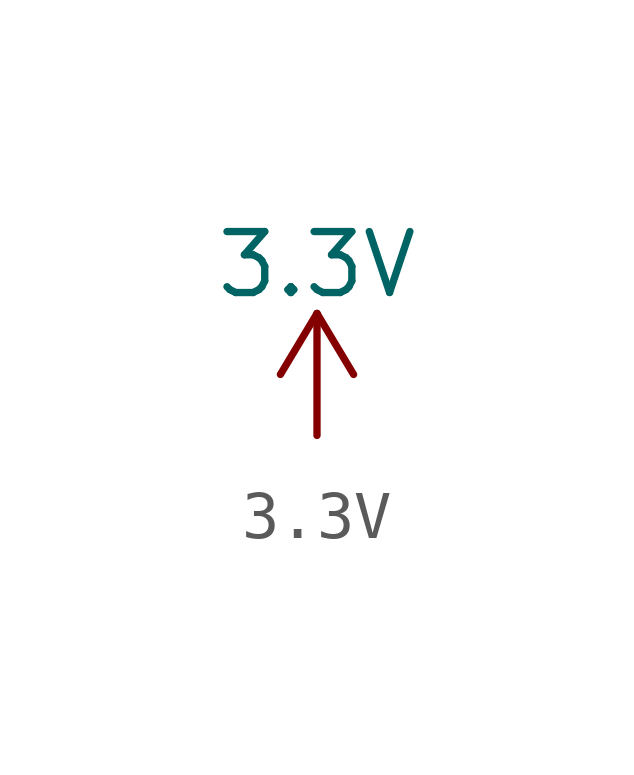
<source format=kicad_sym>
(kicad_symbol_lib
  (version 20220914)
  (generator kicad_symbol_editor)
  (symbol "3.3V"
    (power)
    (pin_names
      (offset 0))
    (property "Reference" "#PWR"
      (at 0 -3.81 0)
      (effects (font (size 1.27 1.27)) hide))
    (property "Value" "3.3V"
      (at 0 3.556 0)
      (effects (font (size 1.27 1.27))))
    (symbol "3.3V_0_1"
      (polyline (pts (xy -0.762 1.27) (xy 0 2.54)) (stroke (width 0) (type default)) (fill (type none)))
      (polyline (pts (xy 0 0) (xy 0 2.54)) (stroke (width 0) (type default)) (fill (type none)))
      (polyline (pts (xy 0 2.54) (xy 0.762 1.27)) (stroke (width 0) (type default)) (fill (type none))))
    (symbol "3.3V_1_1"
      (pin power_in line (at 0 0 90) (length 0) hide (name "3.3V" (effects (font (size 1.27 1.27)))) (number "1" (effects (font (size 1.27 1.27))))))))
</source>
